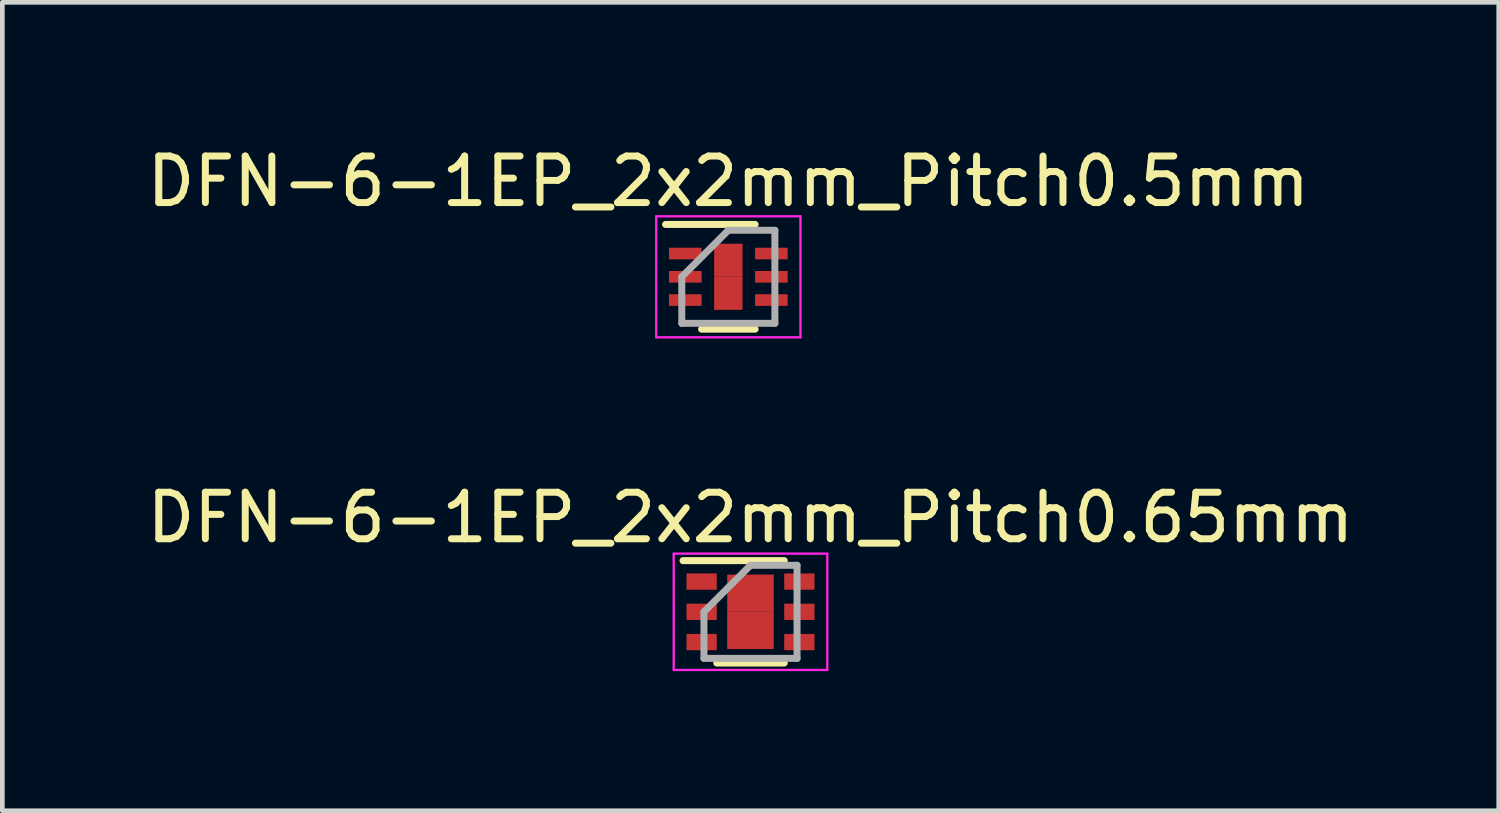
<source format=kicad_pcb>
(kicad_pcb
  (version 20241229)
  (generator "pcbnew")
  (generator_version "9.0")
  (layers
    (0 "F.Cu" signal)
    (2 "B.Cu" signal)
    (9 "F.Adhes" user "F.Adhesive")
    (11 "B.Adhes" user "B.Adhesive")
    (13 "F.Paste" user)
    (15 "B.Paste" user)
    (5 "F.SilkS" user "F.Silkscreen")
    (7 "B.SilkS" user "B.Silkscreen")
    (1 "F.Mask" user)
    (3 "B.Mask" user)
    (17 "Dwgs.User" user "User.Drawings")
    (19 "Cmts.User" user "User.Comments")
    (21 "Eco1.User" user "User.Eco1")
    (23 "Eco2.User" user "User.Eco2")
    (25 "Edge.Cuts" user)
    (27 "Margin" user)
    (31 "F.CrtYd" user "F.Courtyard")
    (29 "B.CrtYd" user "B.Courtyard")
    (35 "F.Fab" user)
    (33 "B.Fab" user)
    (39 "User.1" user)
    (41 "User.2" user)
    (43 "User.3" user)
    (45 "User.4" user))
  (footprint "DFN-6-1EP_2x2mm_Pitch0.65mm"
    (layer "F.Cu")
    (at 13.077 10.097)
    (property "Reference" "DFN-6-1EP_2x2mm_Pitch0.65mm" (at 0 -2.025 0) (layer "F.SilkS") (effects (font (size 1 1) (thickness 0.15))))
    (attr smd)
    (fp_line (start -1.45 -1.1) (end 0.725 -1.1) (stroke (width 0.15) (type solid)) (layer "F.SilkS"))
    (fp_line (start -0.725 1.1) (end 0.725 1.1) (stroke (width 0.15) (type solid)) (layer "F.SilkS"))
    (fp_line (start -1.65 -1.25) (end -1.65 1.25) (stroke (width 0.05) (type solid)) (layer "F.CrtYd"))
    (fp_line (start -1.65 -1.25) (end 1.65 -1.25) (stroke (width 0.05) (type solid)) (layer "F.CrtYd"))
    (fp_line (start -1.65 1.25) (end 1.65 1.25) (stroke (width 0.05) (type solid)) (layer "F.CrtYd"))
    (fp_line (start 1.65 -1.25) (end 1.65 1.25) (stroke (width 0.05) (type solid)) (layer "F.CrtYd"))
    (fp_line (start -1 0) (end 0 -1) (stroke (width 0.15) (type solid)) (layer "F.Fab"))
    (fp_line (start -1 1) (end -1 0) (stroke (width 0.15) (type solid)) (layer "F.Fab"))
    (fp_line (start 0 -1) (end 1 -1) (stroke (width 0.15) (type solid)) (layer "F.Fab"))
    (fp_line (start 1 -1) (end 1 1) (stroke (width 0.15) (type solid)) (layer "F.Fab"))
    (fp_line (start 1 1) (end -1 1) (stroke (width 0.15) (type solid)) (layer "F.Fab"))
    (pad "1" smd rect (at -1.05 -0.65) (size 0.65 0.35) (layers "F.Cu" "F.Mask" "F.Paste"))
    (pad "2" smd rect (at -1.05 0) (size 0.65 0.35) (layers "F.Cu" "F.Mask" "F.Paste"))
    (pad "3" smd rect (at -1.05 0.65) (size 0.65 0.35) (layers "F.Cu" "F.Mask" "F.Paste"))
    (pad "4" smd rect (at 1.05 0.65) (size 0.65 0.35) (layers "F.Cu" "F.Mask" "F.Paste"))
    (pad "5" smd rect (at 1.05 0) (size 0.65 0.35) (layers "F.Cu" "F.Mask" "F.Paste"))
    (pad "6" smd rect (at 1.05 -0.65) (size 0.65 0.35) (layers "F.Cu" "F.Mask" "F.Paste"))
    (pad "7" smd rect (at 0 -0.4) (size 1 0.8) (layers "F.Cu" "F.Mask" "F.Paste"))
    (pad "7" smd rect (at 0 0.4) (size 1 0.8) (layers "F.Cu" "F.Mask" "F.Paste")))
  (footprint "DFN-6-1EP_2x2mm_Pitch0.5mm"
    (layer "F.Cu")
    (at 12.601 2.898)
    (property "Reference" "DFN-6-1EP_2x2mm_Pitch0.5mm" (at 0 -2.05 0) (layer "F.SilkS") (effects (font (size 1 1) (thickness 0.15))))
    (attr smd)
    (fp_line (start -1.35 -1.125) (end 0.575 -1.125) (stroke (width 0.15) (type solid)) (layer "F.SilkS"))
    (fp_line (start -0.575 1.125) (end 0.575 1.125) (stroke (width 0.15) (type solid)) (layer "F.SilkS"))
    (fp_line (start -1.55 -1.3) (end -1.55 1.3) (stroke (width 0.05) (type solid)) (layer "F.CrtYd"))
    (fp_line (start -1.55 -1.3) (end 1.55 -1.3) (stroke (width 0.05) (type solid)) (layer "F.CrtYd"))
    (fp_line (start -1.55 1.3) (end 1.55 1.3) (stroke (width 0.05) (type solid)) (layer "F.CrtYd"))
    (fp_line (start 1.55 -1.3) (end 1.55 1.3) (stroke (width 0.05) (type solid)) (layer "F.CrtYd"))
    (fp_line (start -1 0) (end 0 -1) (stroke (width 0.15) (type solid)) (layer "F.Fab"))
    (fp_line (start -1 1) (end -1 0) (stroke (width 0.15) (type solid)) (layer "F.Fab"))
    (fp_line (start 0 -1) (end 1 -1) (stroke (width 0.15) (type solid)) (layer "F.Fab"))
    (fp_line (start 1 -1) (end 1 1) (stroke (width 0.15) (type solid)) (layer "F.Fab"))
    (fp_line (start 1 1) (end -1 1) (stroke (width 0.15) (type solid)) (layer "F.Fab"))
    (pad "1" smd rect (at -0.925 -0.5) (size 0.7 0.25) (layers "F.Cu" "F.Mask" "F.Paste"))
    (pad "2" smd rect (at -0.925 0) (size 0.7 0.25) (layers "F.Cu" "F.Mask" "F.Paste"))
    (pad "3" smd rect (at -0.925 0.5) (size 0.7 0.25) (layers "F.Cu" "F.Mask" "F.Paste"))
    (pad "4" smd rect (at 0.925 0.5) (size 0.7 0.25) (layers "F.Cu" "F.Mask" "F.Paste"))
    (pad "5" smd rect (at 0.925 0) (size 0.7 0.25) (layers "F.Cu" "F.Mask" "F.Paste"))
    (pad "6" smd rect (at 0.925 -0.5) (size 0.7 0.25) (layers "F.Cu" "F.Mask" "F.Paste"))
    (pad "7" smd rect (at 0 -0.355) (size 0.61 0.71) (layers "F.Cu" "F.Mask" "F.Paste"))
    (pad "7" smd rect (at 0 0.355) (size 0.61 0.71) (layers "F.Cu" "F.Mask" "F.Paste")))
  (gr_rect
    (start -3 -3)
    (end 29.155 14.371)
    (stroke (width 0.1) (type default))
    (fill no)
    (layer "Edge.Cuts")))
</source>
